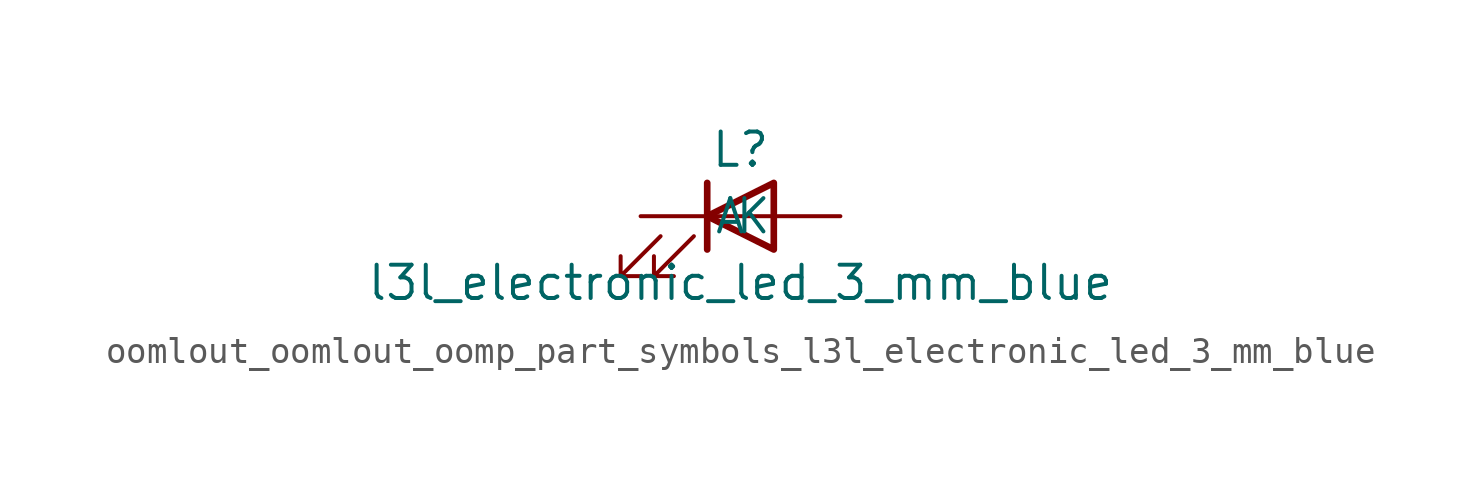
<source format=kicad_sym>
(kicad_symbol_lib
  (version 20220914)
  (generator kicad_symbol_editor)
  (symbol "oomlout_oomlout_oomp_part_symbols_l3l_electronic_led_3_mm_blue"
    (pin_numbers hide)
    (pin_names
      (offset 1.016))
    (property "Reference" "L"
      (at 0 2.54 0)
      (effects (font (size 1.27 1.27))))
    (property "Value" "l3l_electronic_led_3_mm_blue"
      (at 0 -2.54 0)
      (effects (font (size 1.27 1.27))))
    (symbol "oomlout_oomlout_oomp_part_symbols_l3l_electronic_led_3_mm_blue_0_1"
      (polyline (pts (xy -1.27 -1.27) (xy -1.27 1.27)) (stroke (width 0.254) (type default)) (fill (type none)))
      (polyline (pts (xy -1.27 0) (xy 1.27 0)) (stroke (width 0) (type default)) (fill (type none)))
      (polyline (pts (xy 1.27 -1.27) (xy 1.27 1.27) (xy -1.27 0) (xy 1.27 -1.27)) (stroke (width 0.254) (type default)) (fill (type none)))
      (polyline (pts (xy -3.048 -0.762) (xy -4.572 -2.286) (xy -3.81 -2.286) (xy -4.572 -2.286) (xy -4.572 -1.524)) (stroke (width 0) (type default)) (fill (type none)))
      (polyline (pts (xy -1.778 -0.762) (xy -3.302 -2.286) (xy -2.54 -2.286) (xy -3.302 -2.286) (xy -3.302 -1.524)) (stroke (width 0) (type default)) (fill (type none))))
    (symbol "oomlout_oomlout_oomp_part_symbols_l3l_electronic_led_3_mm_blue_1_1"
      (pin passive line (at -3.81 0 0) (length 2.54) (name "K" (effects (font (size 1.27 1.27)))) (number "1" (effects (font (size 1.27 1.27)))))
      (pin passive line (at 3.81 0 180) (length 2.54) (name "A" (effects (font (size 1.27 1.27)))) (number "2" (effects (font (size 1.27 1.27))))))))
</source>
